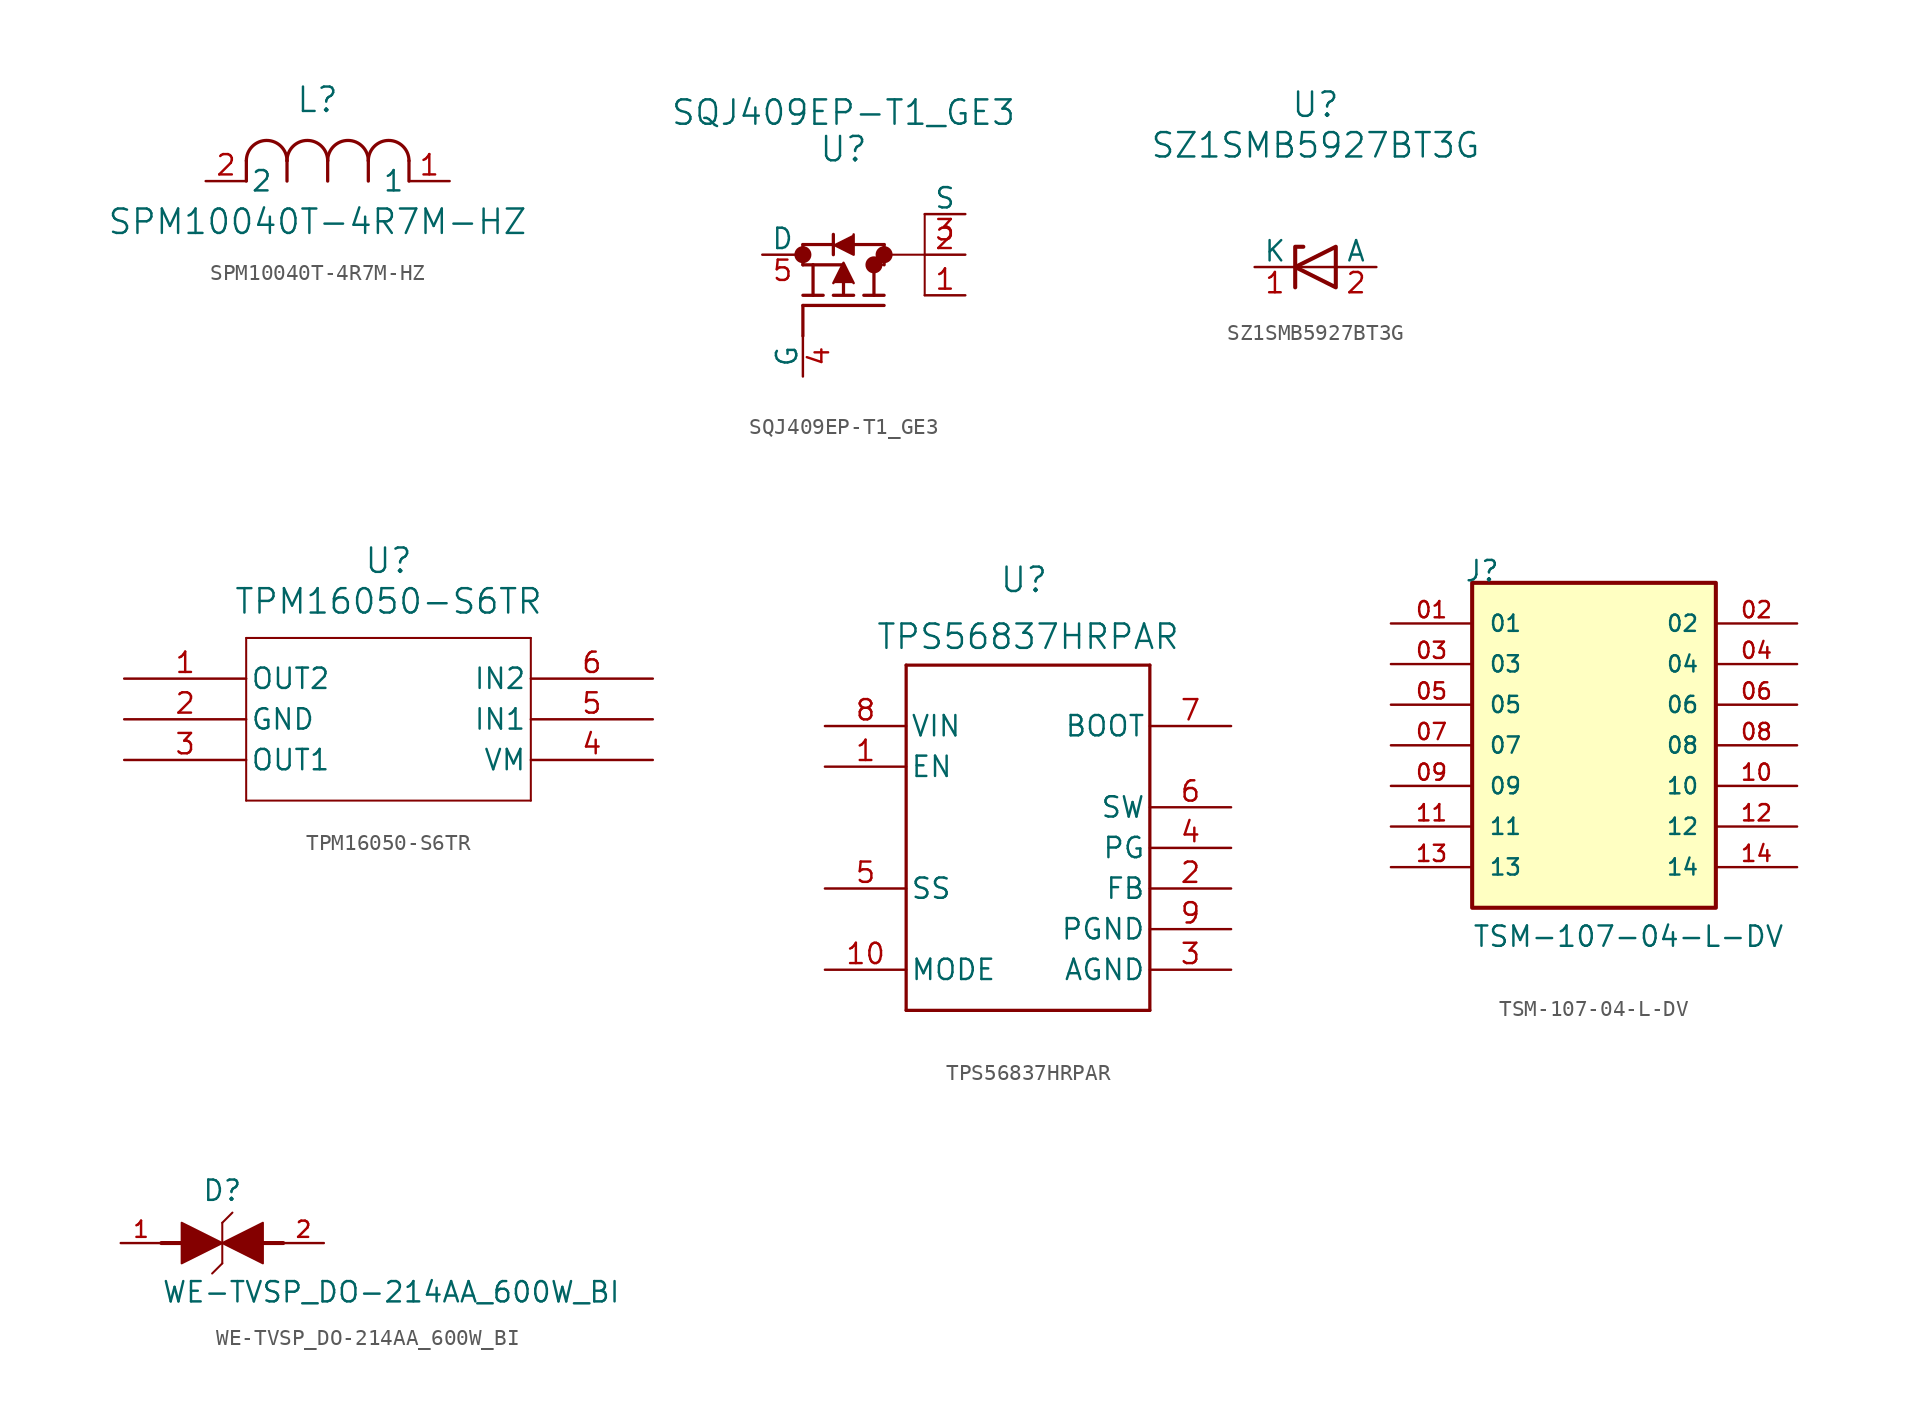
<source format=kicad_sym>
(kicad_symbol_lib
  (version 20231120)
  (generator "kicad_symbol_editor")
  (generator_version "8.0")
  (symbol "SPM10040T-4R7M-HZ"
    (pin_names
      (offset 0.254))
    (property "Reference" "L"
      (at 6.985 5.08 0)
      (effects (font (size 1.524 1.524))))
    (property "Value" "SPM10040T-4R7M-HZ"
      (at 6.985 -2.54 0)
      (effects (font (size 1.524 1.524))))
    (property "ki_locked" ""
      (at 0 0 0)
      (effects (font (size 1.27 1.27))))
    (symbol "SPM10040T-4R7M-HZ_0_1"
      (polyline (pts (xy 2.54 0) (xy 2.54 1.27)) (stroke (width 0.203) (type default)) (fill (type none)))
      (polyline (pts (xy 5.08 0) (xy 5.08 1.27)) (stroke (width 0.203) (type default)) (fill (type none)))
      (polyline (pts (xy 7.62 0) (xy 7.62 1.27)) (stroke (width 0.203) (type default)) (fill (type none)))
      (polyline (pts (xy 10.16 0) (xy 10.16 1.27)) (stroke (width 0.203) (type default)) (fill (type none)))
      (polyline (pts (xy 12.7 0) (xy 12.7 1.27)) (stroke (width 0.203) (type default)) (fill (type none)))
      (arc (start 5.08 1.27) (mid 3.81 2.5344) (end 2.54 1.27) (stroke (width 0.2032) (type default)) (fill (type none)))
      (arc (start 7.62 1.27) (mid 6.35 2.5344) (end 5.08 1.27) (stroke (width 0.2032) (type default)) (fill (type none)))
      (arc (start 10.16 1.27) (mid 8.89 2.5344) (end 7.62 1.27) (stroke (width 0.2032) (type default)) (fill (type none)))
      (arc (start 12.7 1.27) (mid 11.43 2.5344) (end 10.16 1.27) (stroke (width 0.2032) (type default)) (fill (type none)))
      (pin unspecified line (at 15.24 0 180) (length 2.54) (name "1" (effects (font (size 1.27 1.27)))) (number "1" (effects (font (size 1.27 1.27)))))
      (pin unspecified line (at 0 0 0) (length 2.54) (name "2" (effects (font (size 1.27 1.27)))) (number "2" (effects (font (size 1.27 1.27)))))))
  (symbol "SQJ409EP-T1_GE3"
    (pin_names
      (offset 0))
    (property "Reference" "U"
      (at 0 6.604 0)
      (effects (font (size 1.524 1.524))))
    (property "Value" "SQJ409EP-T1_GE3"
      (at 0 8.89 0)
      (effects (font (size 1.524 1.524))))
    (symbol "SQJ409EP-T1_GE3_0_1"
      (circle (center -2.54 0) (radius 0.025) (stroke (width 0.508) (type default)) (fill (type none)))
      (polyline (pts (xy -2.54 -5.08) (xy -2.54 -3.175)) (stroke (width 0.203) (type default)) (fill (type none)))
      (polyline (pts (xy -2.54 -0.635) (xy -2.54 0.635)) (stroke (width 0.203) (type default)) (fill (type none)))
      (polyline (pts (xy -1.905 -2.54) (xy -1.905 -0.635)) (stroke (width 0.203) (type default)) (fill (type none)))
      (polyline (pts (xy -1.905 -0.635) (xy -2.54 -0.635)) (stroke (width 0.203) (type default)) (fill (type none)))
      (polyline (pts (xy -1.905 -0.635) (xy 0 -0.635)) (stroke (width 0.203) (type default)) (fill (type none)))
      (polyline (pts (xy -1.27 -2.54) (xy -2.54 -2.54)) (stroke (width 0.203) (type default)) (fill (type none)))
      (polyline (pts (xy -0.635 0.635) (xy -2.54 0.635)) (stroke (width 0.203) (type default)) (fill (type none)))
      (polyline (pts (xy -0.635 1.27) (xy -0.635 0)) (stroke (width 0.203) (type default)) (fill (type none)))
      (polyline (pts (xy 0 -1.778) (xy 0 -2.413)) (stroke (width 0.203) (type default)) (fill (type none)))
      (polyline (pts (xy 0.635 -2.54) (xy -0.635 -2.54)) (stroke (width 0.203) (type default)) (fill (type none)))
      (polyline (pts (xy 1.905 -2.54) (xy 1.905 -0.635)) (stroke (width 0.203) (type default)) (fill (type none)))
      (polyline (pts (xy 1.905 -0.635) (xy 2.54 -0.635)) (stroke (width 0.127) (type default)) (fill (type none)))
      (polyline (pts (xy 2.54 -3.175) (xy -2.54 -3.175)) (stroke (width 0.203) (type default)) (fill (type none)))
      (polyline (pts (xy 2.54 -2.54) (xy 1.27 -2.54)) (stroke (width 0.203) (type default)) (fill (type none)))
      (polyline (pts (xy 2.54 -0.635) (xy 2.54 0.635)) (stroke (width 0.203) (type default)) (fill (type none)))
      (polyline (pts (xy 2.54 0) (xy 5.08 0)) (stroke (width 0.127) (type default)) (fill (type none)))
      (polyline (pts (xy 2.54 0.635) (xy 0.635 0.635)) (stroke (width 0.203) (type default)) (fill (type none)))
      (polyline (pts (xy 5.08 -2.54) (xy 5.08 2.54)) (stroke (width 0.127) (type default)) (fill (type none)))
      (polyline (pts (xy 0.635 -1.778) (xy 0 -0.508) (xy -0.635 -1.778)) (stroke (width 0) (type default)) (fill (type outline)))
      (polyline (pts (xy 0.635 1.27) (xy 0.635 0) (xy -0.635 0.635)) (stroke (width 0) (type default)) (fill (type outline)))
      (circle (center 1.905 -0.635) (radius 0.025) (stroke (width 0.508) (type default)) (fill (type none)))
      (circle (center 2.54 0) (radius 0.025) (stroke (width 0.508) (type default)) (fill (type none))))
    (symbol "SQJ409EP-T1_GE3_1_1"
      (pin passive line (at 7.62 -2.54 180) (length 2.54) (name "" (effects (font (size 1.27 1.27)))) (number "1" (effects (font (size 1.27 1.27)))))
      (pin passive line (at 7.62 0 180) (length 2.54) (name "" (effects (font (size 1.27 1.27)))) (number "2" (effects (font (size 1.27 1.27)))))
      (pin passive line (at 7.62 2.54 180) (length 2.54) (name "S" (effects (font (size 1.27 1.27)))) (number "3" (effects (font (size 1.27 1.27)))))
      (pin input line (at -2.54 -7.62 90) (length 2.54) (name "G" (effects (font (size 1.27 1.27)))) (number "4" (effects (font (size 1.27 1.27)))))
      (pin passive line (at -5.08 0 0) (length 2.54) (name "D" (effects (font (size 1.27 1.27)))) (number "5" (effects (font (size 1.27 1.27)))))))
  (symbol "SZ1SMB5927BT3G"
    (pin_names
      (offset 0))
    (property "Reference" "U"
      (at 0 10.16 0)
      (effects (font (size 1.524 1.524))))
    (property "Value" "SZ1SMB5927BT3G"
      (at 0 7.62 0)
      (effects (font (size 1.524 1.524))))
    (symbol "SZ1SMB5927BT3G_0_1"
      (polyline (pts (xy 1.27 0) (xy -1.27 0)) (stroke (width 0) (type default)) (fill (type none)))
      (polyline (pts (xy -1.27 -1.27) (xy -1.27 1.27) (xy -0.762 1.27)) (stroke (width 0.254) (type default)) (fill (type none)))
      (polyline (pts (xy 1.27 -1.27) (xy 1.27 1.27) (xy -1.27 0) (xy 1.27 -1.27)) (stroke (width 0.254) (type default)) (fill (type none))))
    (symbol "SZ1SMB5927BT3G_1_1"
      (pin passive line (at -3.81 0 0) (length 2.54) (name "K" (effects (font (size 1.27 1.27)))) (number "1" (effects (font (size 1.27 1.27)))))
      (pin passive line (at 3.81 0 180) (length 2.54) (name "A" (effects (font (size 1.27 1.27)))) (number "2" (effects (font (size 1.27 1.27)))))))
  (symbol "TPM16050-S6TR"
    (pin_names
      (offset 0.254))
    (property "Reference" "U"
      (at 0 7.366 0)
      (effects (font (size 1.524 1.524))))
    (property "Value" "TPM16050-S6TR"
      (at 0 4.826 0)
      (effects (font (size 1.524 1.524))))
    (symbol "TPM16050-S6TR_0_1"
      (polyline (pts (xy -8.89 -7.62) (xy 8.89 -7.62)) (stroke (width 0.127) (type default)) (fill (type none)))
      (polyline (pts (xy -8.89 2.54) (xy -8.89 -7.62)) (stroke (width 0.127) (type default)) (fill (type none)))
      (polyline (pts (xy 8.89 -7.62) (xy 8.89 2.54)) (stroke (width 0.127) (type default)) (fill (type none)))
      (polyline (pts (xy 8.89 2.54) (xy -8.89 2.54)) (stroke (width 0.127) (type default)) (fill (type none)))
      (pin output line (at -16.51 0 0) (length 7.62) (name "OUT2" (effects (font (size 1.27 1.27)))) (number "1" (effects (font (size 1.27 1.27)))))
      (pin power_out line (at -16.51 -2.54 0) (length 7.62) (name "GND" (effects (font (size 1.27 1.27)))) (number "2" (effects (font (size 1.27 1.27)))))
      (pin output line (at -16.51 -5.08 0) (length 7.62) (name "OUT1" (effects (font (size 1.27 1.27)))) (number "3" (effects (font (size 1.27 1.27)))))
      (pin power_in line (at 16.51 -5.08 180) (length 7.62) (name "VM" (effects (font (size 1.27 1.27)))) (number "4" (effects (font (size 1.27 1.27)))))
      (pin input line (at 16.51 -2.54 180) (length 7.62) (name "IN1" (effects (font (size 1.27 1.27)))) (number "5" (effects (font (size 1.27 1.27)))))
      (pin input line (at 16.51 0 180) (length 7.62) (name "IN2" (effects (font (size 1.27 1.27)))) (number "6" (effects (font (size 1.27 1.27)))))))
  (symbol "TPS56837HRPAR"
    (pin_names
      (offset 0.254))
    (property "Reference" "U"
      (at -0.254 15.494 0)
      (effects (font (size 1.524 1.524))))
    (property "Value" "TPS56837HRPAR"
      (at 0 11.938 0)
      (effects (font (size 1.524 1.524))))
    (symbol "TPS56837HRPAR_0_1"
      (polyline (pts (xy -7.62 -11.43) (xy 7.62 -11.43)) (stroke (width 0.203) (type default)) (fill (type none)))
      (polyline (pts (xy -7.62 10.16) (xy -7.62 -11.43)) (stroke (width 0.203) (type default)) (fill (type none)))
      (polyline (pts (xy 7.62 -11.43) (xy 7.62 10.16)) (stroke (width 0.203) (type default)) (fill (type none)))
      (polyline (pts (xy 7.62 10.16) (xy -7.62 10.16)) (stroke (width 0.203) (type default)) (fill (type none)))
      (pin input line (at -12.7 3.81 0) (length 5.08) (name "EN" (effects (font (size 1.27 1.27)))) (number "1" (effects (font (size 1.27 1.27)))))
      (pin unspecified line (at -12.7 -8.89 0) (length 5.08) (name "MODE" (effects (font (size 1.27 1.27)))) (number "10" (effects (font (size 1.27 1.27)))))
      (pin unspecified line (at 12.7 -3.81 180) (length 5.08) (name "FB" (effects (font (size 1.27 1.27)))) (number "2" (effects (font (size 1.27 1.27)))))
      (pin power_in line (at 12.7 -8.89 180) (length 5.08) (name "AGND" (effects (font (size 1.27 1.27)))) (number "3" (effects (font (size 1.27 1.27)))))
      (pin open_collector line (at 12.7 -1.27 180) (length 5.08) (name "PG" (effects (font (size 1.27 1.27)))) (number "4" (effects (font (size 1.27 1.27)))))
      (pin unspecified line (at -12.7 -3.81 0) (length 5.08) (name "SS" (effects (font (size 1.27 1.27)))) (number "5" (effects (font (size 1.27 1.27)))))
      (pin unspecified line (at 12.7 1.27 180) (length 5.08) (name "SW" (effects (font (size 1.27 1.27)))) (number "6" (effects (font (size 1.27 1.27)))))
      (pin unspecified line (at 12.7 6.35 180) (length 5.08) (name "BOOT" (effects (font (size 1.27 1.27)))) (number "7" (effects (font (size 1.27 1.27)))))
      (pin power_in line (at -12.7 6.35 0) (length 5.08) (name "VIN" (effects (font (size 1.27 1.27)))) (number "8" (effects (font (size 1.27 1.27)))))
      (pin power_in line (at 12.7 -6.35 180) (length 5.08) (name "PGND" (effects (font (size 1.27 1.27)))) (number "9" (effects (font (size 1.27 1.27)))))))
  (symbol "TSM-107-04-L-DV"
    (pin_names
      (offset 1.016))
    (property "Reference" "J"
      (at -8.12 10.16 0)
      (effects (font (size 1.27 1.27)) (justify left bottom)))
    (property "Value" "TSM-107-04-L-DV"
      (at -7.62 -12.7 0)
      (effects (font (size 1.27 1.27)) (justify left bottom)))
    (symbol "TSM-107-04-L-DV_0_0"
      (rectangle (start -7.62 -10.16) (end 7.62 10.16) (stroke (width 0.254) (type default)) (fill (type background)))
      (pin passive line (at -12.7 7.62 0) (length 5.08) (name "01" (effects (font (size 1.016 1.016)))) (number "01" (effects (font (size 1.016 1.016)))))
      (pin passive line (at 12.7 7.62 180) (length 5.08) (name "02" (effects (font (size 1.016 1.016)))) (number "02" (effects (font (size 1.016 1.016)))))
      (pin passive line (at -12.7 5.08 0) (length 5.08) (name "03" (effects (font (size 1.016 1.016)))) (number "03" (effects (font (size 1.016 1.016)))))
      (pin passive line (at 12.7 5.08 180) (length 5.08) (name "04" (effects (font (size 1.016 1.016)))) (number "04" (effects (font (size 1.016 1.016)))))
      (pin passive line (at -12.7 2.54 0) (length 5.08) (name "05" (effects (font (size 1.016 1.016)))) (number "05" (effects (font (size 1.016 1.016)))))
      (pin passive line (at 12.7 2.54 180) (length 5.08) (name "06" (effects (font (size 1.016 1.016)))) (number "06" (effects (font (size 1.016 1.016)))))
      (pin passive line (at -12.7 0 0) (length 5.08) (name "07" (effects (font (size 1.016 1.016)))) (number "07" (effects (font (size 1.016 1.016)))))
      (pin passive line (at 12.7 0 180) (length 5.08) (name "08" (effects (font (size 1.016 1.016)))) (number "08" (effects (font (size 1.016 1.016)))))
      (pin passive line (at -12.7 -2.54 0) (length 5.08) (name "09" (effects (font (size 1.016 1.016)))) (number "09" (effects (font (size 1.016 1.016)))))
      (pin passive line (at 12.7 -2.54 180) (length 5.08) (name "10" (effects (font (size 1.016 1.016)))) (number "10" (effects (font (size 1.016 1.016)))))
      (pin passive line (at -12.7 -5.08 0) (length 5.08) (name "11" (effects (font (size 1.016 1.016)))) (number "11" (effects (font (size 1.016 1.016)))))
      (pin passive line (at 12.7 -5.08 180) (length 5.08) (name "12" (effects (font (size 1.016 1.016)))) (number "12" (effects (font (size 1.016 1.016)))))
      (pin passive line (at -12.7 -7.62 0) (length 5.08) (name "13" (effects (font (size 1.016 1.016)))) (number "13" (effects (font (size 1.016 1.016)))))
      (pin passive line (at 12.7 -7.62 180) (length 5.08) (name "14" (effects (font (size 1.016 1.016)))) (number "14" (effects (font (size 1.016 1.016)))))))
  (symbol "WE-TVSP_DO-214AA_600W_BI"
    (pin_names
      (offset 1.016))
    (property "Reference" "D"
      (at 1.27 2.54 0)
      (effects (font (size 1.27 1.27)) (justify bottom)))
    (property "Value" "WE-TVSP_DO-214AA_600W_BI"
      (at -2.54 -3.81 0)
      (effects (font (size 1.27 1.27)) (justify left bottom)))
    (symbol "WE-TVSP_DO-214AA_600W_BI_0_0"
      (polyline (pts (xy -2.54 0) (xy -1.27 0)) (stroke (width 0.254) (type default)) (fill (type none)))
      (polyline (pts (xy -0.635 0) (xy -1.27 0)) (stroke (width 0.254) (type default)) (fill (type none)))
      (polyline (pts (xy 1.27 -1.27) (xy 0.635 -1.905)) (stroke (width 0.127) (type default)) (fill (type none)))
      (polyline (pts (xy 1.27 1.27) (xy 1.27 -1.27)) (stroke (width 0.127) (type default)) (fill (type none)))
      (polyline (pts (xy 1.905 1.905) (xy 1.27 1.27)) (stroke (width 0.127) (type default)) (fill (type none)))
      (polyline (pts (xy 3.175 0) (xy 3.81 0)) (stroke (width 0.254) (type default)) (fill (type none)))
      (polyline (pts (xy 5.08 0) (xy 3.81 0)) (stroke (width 0.254) (type default)) (fill (type none)))
      (polyline (pts (xy -1.27 1.27) (xy -1.27 -1.27) (xy 1.27 0) (xy -1.27 1.27)) (stroke (width 0.127) (type default)) (fill (type outline)))
      (polyline (pts (xy 3.81 -1.27) (xy 3.81 1.27) (xy 1.27 0) (xy 3.81 -1.27)) (stroke (width 0.127) (type default)) (fill (type outline)))
      (pin passive line (at -5.08 0 0) (length 2.54) (name "~" (effects (font (size 1.016 1.016)))) (number "1" (effects (font (size 1.016 1.016)))))
      (pin passive line (at 7.62 0 180) (length 2.54) (name "~" (effects (font (size 1.016 1.016)))) (number "2" (effects (font (size 1.016 1.016))))))))
</source>
